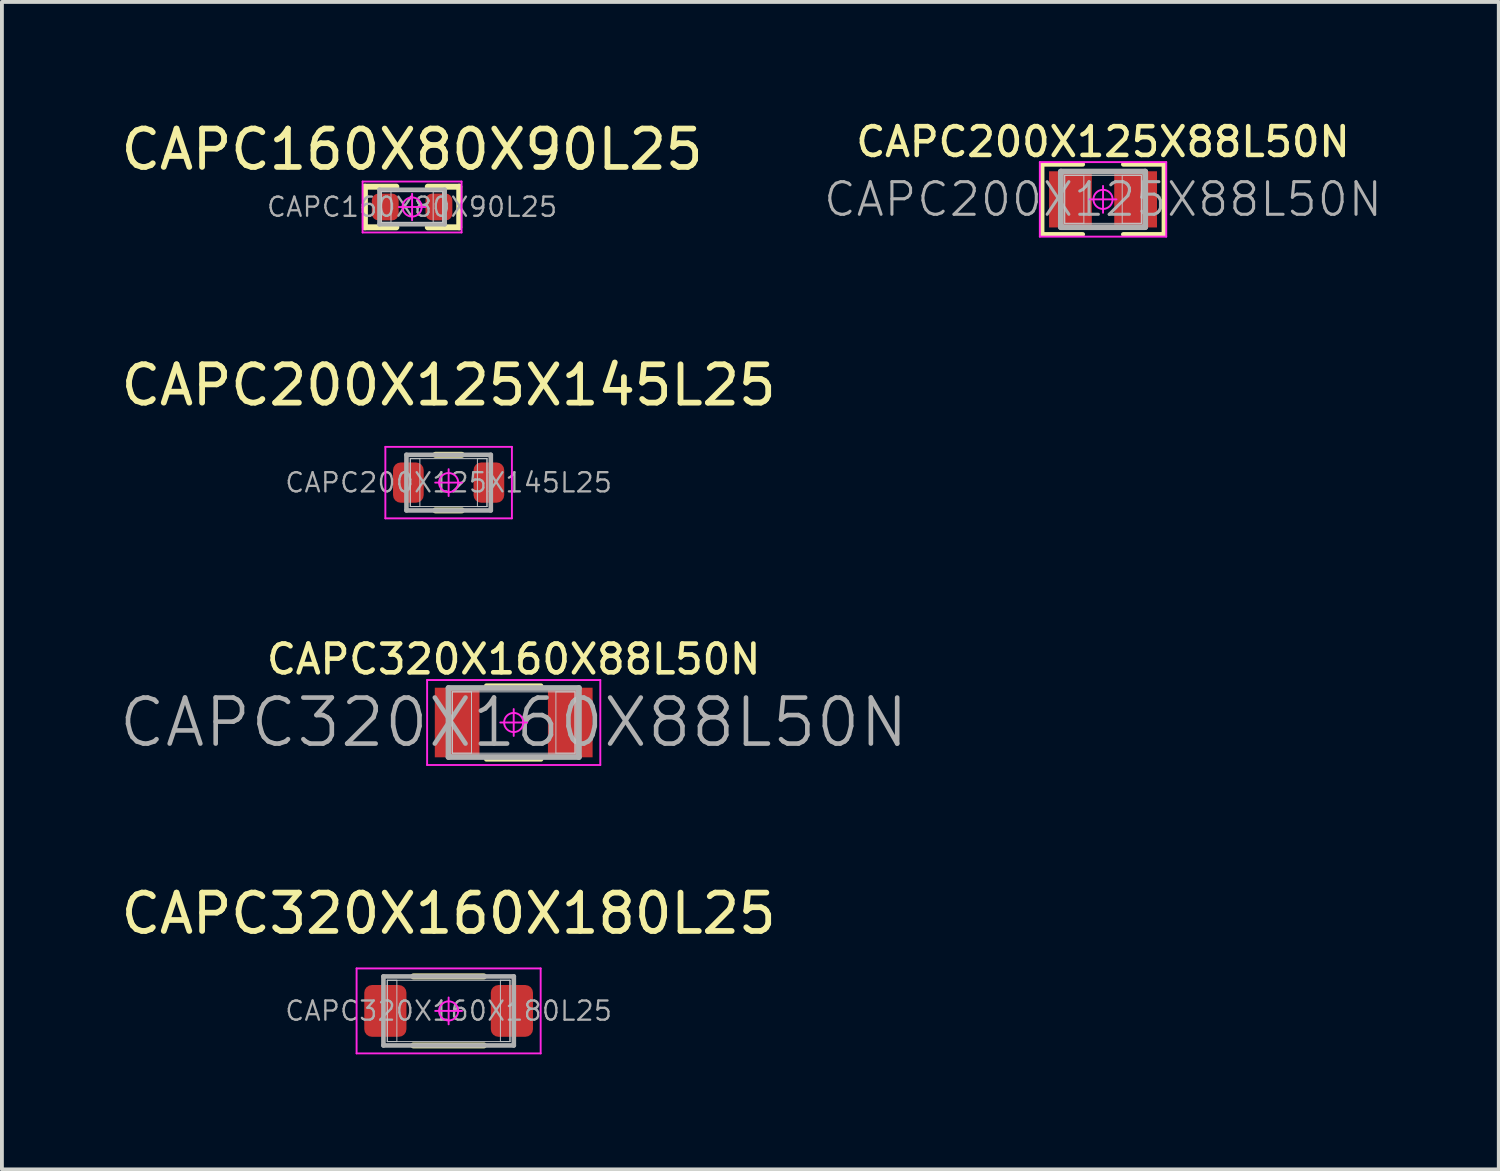
<source format=kicad_pcb>
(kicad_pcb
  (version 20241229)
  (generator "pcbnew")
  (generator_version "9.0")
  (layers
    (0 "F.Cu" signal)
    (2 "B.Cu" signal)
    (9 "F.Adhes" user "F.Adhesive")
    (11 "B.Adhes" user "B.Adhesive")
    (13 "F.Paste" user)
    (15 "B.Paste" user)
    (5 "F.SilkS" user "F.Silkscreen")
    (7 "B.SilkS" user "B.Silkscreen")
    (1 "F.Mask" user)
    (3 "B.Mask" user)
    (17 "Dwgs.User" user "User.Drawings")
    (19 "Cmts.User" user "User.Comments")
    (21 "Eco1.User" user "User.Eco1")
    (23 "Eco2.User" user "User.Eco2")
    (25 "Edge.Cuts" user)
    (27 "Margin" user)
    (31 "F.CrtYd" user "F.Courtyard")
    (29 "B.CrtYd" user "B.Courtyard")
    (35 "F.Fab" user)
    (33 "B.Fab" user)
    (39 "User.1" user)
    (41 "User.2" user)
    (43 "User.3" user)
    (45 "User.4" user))
  (footprint "CAPC200X125X88L50N"
    (layer "F.Cu")
    (at 25.714 2.149)
    (property "Reference" "CAPC200X125X88L50N" (at 0 -1.5 0) (layer "F.SilkS") (effects (font (size 0.75 0.75) (thickness 0.12))))
    (attr smd)
    (fp_line (start -1.588 -0.913) (end -0.529 -0.913) (stroke (width 0.12) (type solid)) (layer "F.SilkS"))
    (fp_line (start -1.588 0.913) (end -1.588 -0.913) (stroke (width 0.12) (type solid)) (layer "F.SilkS"))
    (fp_line (start -0.529 0.913) (end -1.588 0.913) (stroke (width 0.12) (type solid)) (layer "F.SilkS"))
    (fp_line (start 0.529 0.913) (end 1.588 0.913) (stroke (width 0.12) (type solid)) (layer "F.SilkS"))
    (fp_line (start 1.588 -0.913) (end 0.529 -0.913) (stroke (width 0.12) (type solid)) (layer "F.SilkS"))
    (fp_line (start 1.588 0.913) (end 1.588 -0.913) (stroke (width 0.12) (type solid)) (layer "F.SilkS"))
    (fp_line (start -1 -0.625) (end -0.5 -0.625) (stroke (width 0.025) (type solid)) (layer "Dwgs.User"))
    (fp_line (start -1 -0.625) (end 1 -0.625) (stroke (width 0.025) (type solid)) (layer "Dwgs.User"))
    (fp_line (start -1 0.625) (end -1 -0.625) (stroke (width 0.025) (type solid)) (layer "Dwgs.User"))
    (fp_line (start -1 0.625) (end -1 -0.625) (stroke (width 0.025) (type solid)) (layer "Dwgs.User"))
    (fp_line (start -0.5 -0.625) (end -0.5 0.625) (stroke (width 0.025) (type solid)) (layer "Dwgs.User"))
    (fp_line (start -0.5 0.625) (end -1 0.625) (stroke (width 0.025) (type solid)) (layer "Dwgs.User"))
    (fp_line (start 0.5 -0.625) (end 1 -0.625) (stroke (width 0.025) (type solid)) (layer "Dwgs.User"))
    (fp_line (start 0.5 0.625) (end 0.5 -0.625) (stroke (width 0.025) (type solid)) (layer "Dwgs.User"))
    (fp_line (start 1 -0.625) (end 1 0.625) (stroke (width 0.025) (type solid)) (layer "Dwgs.User"))
    (fp_line (start 1 -0.625) (end 1 0.625) (stroke (width 0.025) (type solid)) (layer "Dwgs.User"))
    (fp_line (start 1 0.625) (end -1 0.625) (stroke (width 0.025) (type solid)) (layer "Dwgs.User"))
    (fp_line (start 1 0.625) (end 0.5 0.625) (stroke (width 0.025) (type solid)) (layer "Dwgs.User"))
    (fp_line (start -1.648 -0.972) (end 1.648 -0.972) (stroke (width 0.05) (type solid)) (layer "F.CrtYd"))
    (fp_line (start -1.648 0.972) (end -1.648 -0.972) (stroke (width 0.05) (type solid)) (layer "F.CrtYd"))
    (fp_line (start 0 -0.35) (end 0 0.35) (stroke (width 0.05) (type solid)) (layer "F.CrtYd"))
    (fp_line (start 0.35 0) (end -0.35 0) (stroke (width 0.05) (type solid)) (layer "F.CrtYd"))
    (fp_line (start 1.648 -0.972) (end 1.648 0.972) (stroke (width 0.05) (type solid)) (layer "F.CrtYd"))
    (fp_line (start 1.648 0.972) (end -1.648 0.972) (stroke (width 0.05) (type solid)) (layer "F.CrtYd"))
    (fp_circle (center 0 0) (end 0 0.25) (stroke (width 0.05) (type solid)) (fill no) (layer "F.CrtYd"))
    (fp_line (start -1.1 -0.725) (end 1.1 -0.725) (stroke (width 0.15) (type solid)) (layer "F.Fab"))
    (fp_line (start -1.1 0.725) (end -1.1 -0.725) (stroke (width 0.15) (type solid)) (layer "F.Fab"))
    (fp_line (start 1.1 -0.725) (end 1.1 0.725) (stroke (width 0.15) (type solid)) (layer "F.Fab"))
    (fp_line (start 1.1 0.725) (end -1.1 0.725) (stroke (width 0.15) (type solid)) (layer "F.Fab"))
    (fp_text user "${REFERENCE}" (at 0 0 0) (layer "F.Fab") (effects (font (size 0.85 0.85) (thickness 0.08))))
    (pad "1" smd rect (at -0.85 0) (size 1.115 1.465) (layers "F.Cu" "F.Mask" "F.Paste"))
    (pad "2" smd rect (at 0.85 0) (size 1.115 1.465) (layers "F.Cu" "F.Mask" "F.Paste")))
  (footprint "CAPC160X80X90L25"
    (layer "F.Cu")
    (at 7.696 2.348)
    (property "Reference" "CAPC160X80X90L25" (at 0 -1.5 0) (layer "F.SilkS") (effects (font (size 1 1) (thickness 0.15))))
    (attr smd)
    (fp_line (start -1.23 -0.53) (end -0.41 -0.53) (stroke (width 0.155) (type solid)) (layer "F.SilkS"))
    (fp_line (start -1.23 0.53) (end -1.23 -0.53) (stroke (width 0.155) (type solid)) (layer "F.SilkS"))
    (fp_line (start -0.41 0.53) (end -1.23 0.53) (stroke (width 0.155) (type solid)) (layer "F.SilkS"))
    (fp_line (start 0.41 0.53) (end 1.23 0.53) (stroke (width 0.155) (type solid)) (layer "F.SilkS"))
    (fp_line (start 1.23 -0.53) (end 0.41 -0.53) (stroke (width 0.155) (type solid)) (layer "F.SilkS"))
    (fp_line (start 1.23 0.53) (end 1.23 -0.53) (stroke (width 0.155) (type solid)) (layer "F.SilkS"))
    (fp_line (start -0.8 -0.4) (end -0.55 -0.4) (stroke (width 0.025) (type solid)) (layer "Dwgs.User"))
    (fp_line (start -0.8 -0.4) (end 0.8 -0.4) (stroke (width 0.025) (type solid)) (layer "Dwgs.User"))
    (fp_line (start -0.8 0.4) (end -0.8 -0.4) (stroke (width 0.025) (type solid)) (layer "Dwgs.User"))
    (fp_line (start -0.8 0.4) (end -0.8 -0.4) (stroke (width 0.025) (type solid)) (layer "Dwgs.User"))
    (fp_line (start -0.55 -0.4) (end -0.55 0.4) (stroke (width 0.025) (type solid)) (layer "Dwgs.User"))
    (fp_line (start -0.55 0.4) (end -0.8 0.4) (stroke (width 0.025) (type solid)) (layer "Dwgs.User"))
    (fp_line (start 0.55 -0.4) (end 0.8 -0.4) (stroke (width 0.025) (type solid)) (layer "Dwgs.User"))
    (fp_line (start 0.55 0.4) (end 0.55 -0.4) (stroke (width 0.025) (type solid)) (layer "Dwgs.User"))
    (fp_line (start 0.8 -0.4) (end 0.8 0.4) (stroke (width 0.025) (type solid)) (layer "Dwgs.User"))
    (fp_line (start 0.8 -0.4) (end 0.8 0.4) (stroke (width 0.025) (type solid)) (layer "Dwgs.User"))
    (fp_line (start 0.8 0.4) (end -0.8 0.4) (stroke (width 0.025) (type solid)) (layer "Dwgs.User"))
    (fp_line (start 0.8 0.4) (end 0.55 0.4) (stroke (width 0.025) (type solid)) (layer "Dwgs.User"))
    (fp_line (start -1.29 -0.664) (end 1.29 -0.664) (stroke (width 0.05) (type solid)) (layer "F.CrtYd"))
    (fp_line (start -1.29 0.664) (end -1.29 -0.664) (stroke (width 0.05) (type solid)) (layer "F.CrtYd"))
    (fp_line (start 0 -0.345) (end 0 0.345) (stroke (width 0.05) (type solid)) (layer "F.CrtYd"))
    (fp_line (start 0.345 0) (end -0.345 0) (stroke (width 0.05) (type solid)) (layer "F.CrtYd"))
    (fp_line (start 1.29 -0.664) (end 1.29 0.664) (stroke (width 0.05) (type solid)) (layer "F.CrtYd"))
    (fp_line (start 1.29 0.664) (end -1.29 0.664) (stroke (width 0.05) (type solid)) (layer "F.CrtYd"))
    (fp_circle (center 0 0) (end 0 0.25) (stroke (width 0.05) (type solid)) (fill no) (layer "F.CrtYd"))
    (fp_line (start -0.85 -0.45) (end 0.85 -0.45) (stroke (width 0.12) (type solid)) (layer "F.Fab"))
    (fp_line (start -0.85 0.45) (end -0.85 -0.45) (stroke (width 0.12) (type solid)) (layer "F.Fab"))
    (fp_line (start 0.85 -0.45) (end 0.85 0.45) (stroke (width 0.12) (type solid)) (layer "F.Fab"))
    (fp_line (start 0.85 0.45) (end -0.85 0.45) (stroke (width 0.12) (type solid)) (layer "F.Fab"))
    (fp_text user "${REFERENCE}" (at 0 0 0) (layer "F.Fab") (effects (font (size 0.5 0.5) (thickness 0.06))))
    (pad "1" smd roundrect (at -0.7 0) (size 0.7 0.7) (layers "F.Cu" "F.Mask" "F.Paste") (roundrect_rratio 0.25))
    (pad "2" smd roundrect (at 0.7 0) (size 0.7 0.7) (layers "F.Cu" "F.Mask" "F.Paste") (roundrect_rratio 0.25)))
  (footprint "CAPC200X125X145L25"
    (layer "F.Cu")
    (at 8.649 9.535)
    (property "Reference" "CAPC200X125X145L25" (at 0 -2.54 0) (layer "F.SilkS") (effects (font (size 1 1) (thickness 0.15))))
    (attr smd)
    (fp_line (start -0.345 -0.725) (end 0.345 -0.725) (stroke (width 0.155) (type solid)) (layer "F.SilkS"))
    (fp_line (start -0.345 0.725) (end 0.345 0.725) (stroke (width 0.155) (type solid)) (layer "F.SilkS"))
    (fp_line (start -1 -0.625) (end -0.75 -0.625) (stroke (width 0.025) (type solid)) (layer "Dwgs.User"))
    (fp_line (start -1 -0.625) (end 1 -0.625) (stroke (width 0.025) (type solid)) (layer "Dwgs.User"))
    (fp_line (start -1 0.625) (end -1 -0.625) (stroke (width 0.025) (type solid)) (layer "Dwgs.User"))
    (fp_line (start -1 0.625) (end -1 -0.625) (stroke (width 0.025) (type solid)) (layer "Dwgs.User"))
    (fp_line (start -0.75 -0.625) (end -0.75 0.625) (stroke (width 0.025) (type solid)) (layer "Dwgs.User"))
    (fp_line (start -0.75 0.625) (end -1 0.625) (stroke (width 0.025) (type solid)) (layer "Dwgs.User"))
    (fp_line (start 0.75 -0.625) (end 1 -0.625) (stroke (width 0.025) (type solid)) (layer "Dwgs.User"))
    (fp_line (start 0.75 0.625) (end 0.75 -0.625) (stroke (width 0.025) (type solid)) (layer "Dwgs.User"))
    (fp_line (start 1 -0.625) (end 1 0.625) (stroke (width 0.025) (type solid)) (layer "Dwgs.User"))
    (fp_line (start 1 -0.625) (end 1 0.625) (stroke (width 0.025) (type solid)) (layer "Dwgs.User"))
    (fp_line (start 1 0.625) (end -1 0.625) (stroke (width 0.025) (type solid)) (layer "Dwgs.User"))
    (fp_line (start 1 0.625) (end 0.75 0.625) (stroke (width 0.025) (type solid)) (layer "Dwgs.User"))
    (fp_line (start -1.65 -0.932) (end 1.65 -0.932) (stroke (width 0.05) (type solid)) (layer "F.CrtYd"))
    (fp_line (start -1.65 0.932) (end -1.65 -0.932) (stroke (width 0.05) (type solid)) (layer "F.CrtYd"))
    (fp_line (start 0 -0.35) (end 0 0.35) (stroke (width 0.05) (type solid)) (layer "F.CrtYd"))
    (fp_line (start 0.35 0) (end -0.35 0) (stroke (width 0.05) (type solid)) (layer "F.CrtYd"))
    (fp_line (start 1.65 -0.932) (end 1.65 0.932) (stroke (width 0.05) (type solid)) (layer "F.CrtYd"))
    (fp_line (start 1.65 0.932) (end -1.65 0.932) (stroke (width 0.05) (type solid)) (layer "F.CrtYd"))
    (fp_circle (center 0 0) (end 0 0.25) (stroke (width 0.05) (type solid)) (fill no) (layer "F.CrtYd"))
    (fp_line (start -1.1 -0.725) (end 1.1 -0.725) (stroke (width 0.12) (type solid)) (layer "F.Fab"))
    (fp_line (start -1.1 0.725) (end -1.1 -0.725) (stroke (width 0.12) (type solid)) (layer "F.Fab"))
    (fp_line (start 1.1 -0.725) (end 1.1 0.725) (stroke (width 0.12) (type solid)) (layer "F.Fab"))
    (fp_line (start 1.1 0.725) (end -1.1 0.725) (stroke (width 0.12) (type solid)) (layer "F.Fab"))
    (fp_text user "${REFERENCE}" (at 0 0 0) (layer "F.Fab") (effects (font (size 0.5 0.5) (thickness 0.06))))
    (pad "1" smd roundrect (at -1.05 0) (size 0.8 1.05) (layers "F.Cu" "F.Mask" "F.Paste") (roundrect_rratio 0.25))
    (pad "2" smd roundrect (at 1.05 0) (size 0.8 1.05) (layers "F.Cu" "F.Mask" "F.Paste") (roundrect_rratio 0.25)))
  (footprint "CAPC320X160X180L25"
    (layer "F.Cu")
    (at 8.649 23.312)
    (property "Reference" "CAPC320X160X180L25" (at 0 -2.54 0) (layer "F.SilkS") (effects (font (size 1 1) (thickness 0.15))))
    (attr smd)
    (fp_line (start -0.92 -0.9) (end 0.92 -0.9) (stroke (width 0.155) (type solid)) (layer "F.SilkS"))
    (fp_line (start -0.92 0.9) (end 0.92 0.9) (stroke (width 0.155) (type solid)) (layer "F.SilkS"))
    (fp_line (start -1.6 -0.8) (end -1.35 -0.8) (stroke (width 0.025) (type solid)) (layer "Dwgs.User"))
    (fp_line (start -1.6 -0.8) (end 1.6 -0.8) (stroke (width 0.025) (type solid)) (layer "Dwgs.User"))
    (fp_line (start -1.6 0.8) (end -1.6 -0.8) (stroke (width 0.025) (type solid)) (layer "Dwgs.User"))
    (fp_line (start -1.6 0.8) (end -1.6 -0.8) (stroke (width 0.025) (type solid)) (layer "Dwgs.User"))
    (fp_line (start -1.35 -0.8) (end -1.35 0.8) (stroke (width 0.025) (type solid)) (layer "Dwgs.User"))
    (fp_line (start -1.35 0.8) (end -1.6 0.8) (stroke (width 0.025) (type solid)) (layer "Dwgs.User"))
    (fp_line (start 1.35 -0.8) (end 1.6 -0.8) (stroke (width 0.025) (type solid)) (layer "Dwgs.User"))
    (fp_line (start 1.35 0.8) (end 1.35 -0.8) (stroke (width 0.025) (type solid)) (layer "Dwgs.User"))
    (fp_line (start 1.6 -0.8) (end 1.6 0.8) (stroke (width 0.025) (type solid)) (layer "Dwgs.User"))
    (fp_line (start 1.6 -0.8) (end 1.6 0.8) (stroke (width 0.025) (type solid)) (layer "Dwgs.User"))
    (fp_line (start 1.6 0.8) (end -1.6 0.8) (stroke (width 0.025) (type solid)) (layer "Dwgs.User"))
    (fp_line (start 1.6 0.8) (end 1.35 0.8) (stroke (width 0.025) (type solid)) (layer "Dwgs.User"))
    (fp_line (start -2.4 -1.108) (end 2.4 -1.108) (stroke (width 0.05) (type solid)) (layer "F.CrtYd"))
    (fp_line (start -2.4 1.108) (end -2.4 -1.108) (stroke (width 0.05) (type solid)) (layer "F.CrtYd"))
    (fp_line (start 0 -0.35) (end 0 0.35) (stroke (width 0.05) (type solid)) (layer "F.CrtYd"))
    (fp_line (start 0.35 0) (end -0.35 0) (stroke (width 0.05) (type solid)) (layer "F.CrtYd"))
    (fp_line (start 2.4 -1.108) (end 2.4 1.108) (stroke (width 0.05) (type solid)) (layer "F.CrtYd"))
    (fp_line (start 2.4 1.108) (end -2.4 1.108) (stroke (width 0.05) (type solid)) (layer "F.CrtYd"))
    (fp_circle (center 0 0) (end 0 0.25) (stroke (width 0.05) (type solid)) (fill no) (layer "F.CrtYd"))
    (fp_line (start -1.7 -0.9) (end 1.7 -0.9) (stroke (width 0.12) (type solid)) (layer "F.Fab"))
    (fp_line (start -1.7 0.9) (end -1.7 -0.9) (stroke (width 0.12) (type solid)) (layer "F.Fab"))
    (fp_line (start 1.7 -0.9) (end 1.7 0.9) (stroke (width 0.12) (type solid)) (layer "F.Fab"))
    (fp_line (start 1.7 0.9) (end -1.7 0.9) (stroke (width 0.12) (type solid)) (layer "F.Fab"))
    (fp_text user "${REFERENCE}" (at 0 0 0) (layer "F.Fab") (effects (font (size 0.5 0.5) (thickness 0.06))))
    (pad "1" smd roundrect (at -1.65 0) (size 1.1 1.35) (layers "F.Cu" "F.Mask" "F.Paste") (roundrect_rratio 0.182))
    (pad "2" smd roundrect (at 1.65 0) (size 1.1 1.35) (layers "F.Cu" "F.Mask" "F.Paste") (roundrect_rratio 0.182)))
  (footprint "CAPC320X160X88L50N"
    (layer "F.Cu")
    (at 10.346 15.791)
    (property "Reference" "CAPC320X160X88L50N" (at 0 -1.65 0) (layer "F.SilkS") (effects (font (size 0.75 0.75) (thickness 0.12))))
    (attr smd)
    (fp_line (start -0.713 -0.96) (end 0.713 -0.96) (stroke (width 0.12) (type solid)) (layer "F.SilkS"))
    (fp_line (start -0.713 0.96) (end 0.713 0.96) (stroke (width 0.12) (type solid)) (layer "F.SilkS"))
    (fp_line (start -1.6 -0.8) (end -1.1 -0.8) (stroke (width 0.025) (type solid)) (layer "Dwgs.User"))
    (fp_line (start -1.6 -0.8) (end 1.6 -0.8) (stroke (width 0.025) (type solid)) (layer "Dwgs.User"))
    (fp_line (start -1.6 0.8) (end -1.6 -0.8) (stroke (width 0.025) (type solid)) (layer "Dwgs.User"))
    (fp_line (start -1.6 0.8) (end -1.6 -0.8) (stroke (width 0.025) (type solid)) (layer "Dwgs.User"))
    (fp_line (start -1.1 -0.8) (end -1.1 0.8) (stroke (width 0.025) (type solid)) (layer "Dwgs.User"))
    (fp_line (start -1.1 0.8) (end -1.6 0.8) (stroke (width 0.025) (type solid)) (layer "Dwgs.User"))
    (fp_line (start 1.1 -0.8) (end 1.6 -0.8) (stroke (width 0.025) (type solid)) (layer "Dwgs.User"))
    (fp_line (start 1.1 0.8) (end 1.1 -0.8) (stroke (width 0.025) (type solid)) (layer "Dwgs.User"))
    (fp_line (start 1.6 -0.8) (end 1.6 0.8) (stroke (width 0.025) (type solid)) (layer "Dwgs.User"))
    (fp_line (start 1.6 -0.8) (end 1.6 0.8) (stroke (width 0.025) (type solid)) (layer "Dwgs.User"))
    (fp_line (start 1.6 0.8) (end -1.6 0.8) (stroke (width 0.025) (type solid)) (layer "Dwgs.User"))
    (fp_line (start 1.6 0.8) (end 1.1 0.8) (stroke (width 0.025) (type solid)) (layer "Dwgs.User"))
    (fp_line (start -2.258 -1.108) (end 2.258 -1.108) (stroke (width 0.05) (type solid)) (layer "F.CrtYd"))
    (fp_line (start -2.258 1.108) (end -2.258 -1.108) (stroke (width 0.05) (type solid)) (layer "F.CrtYd"))
    (fp_line (start 0 -0.35) (end 0 0.35) (stroke (width 0.05) (type solid)) (layer "F.CrtYd"))
    (fp_line (start 0.35 0) (end -0.35 0) (stroke (width 0.05) (type solid)) (layer "F.CrtYd"))
    (fp_line (start 2.258 -1.108) (end 2.258 1.108) (stroke (width 0.05) (type solid)) (layer "F.CrtYd"))
    (fp_line (start 2.258 1.108) (end -2.258 1.108) (stroke (width 0.05) (type solid)) (layer "F.CrtYd"))
    (fp_circle (center 0 0) (end 0 0.25) (stroke (width 0.05) (type solid)) (fill no) (layer "F.CrtYd"))
    (fp_line (start -1.7 -0.9) (end 1.7 -0.9) (stroke (width 0.15) (type solid)) (layer "F.Fab"))
    (fp_line (start -1.7 0.9) (end -1.7 -0.9) (stroke (width 0.15) (type solid)) (layer "F.Fab"))
    (fp_line (start 1.7 -0.9) (end 1.7 0.9) (stroke (width 0.15) (type solid)) (layer "F.Fab"))
    (fp_line (start 1.7 0.9) (end -1.7 0.9) (stroke (width 0.15) (type solid)) (layer "F.Fab"))
    (fp_text user "${REFERENCE}" (at 0 0 0) (layer "F.Fab") (effects (font (size 1.2 1.2) (thickness 0.12))))
    (pad "1" smd rect (at -1.475 0) (size 1.165 1.815) (layers "F.Cu" "F.Mask" "F.Paste"))
    (pad "2" smd rect (at 1.475 0) (size 1.165 1.815) (layers "F.Cu" "F.Mask" "F.Paste")))
  (gr_rect
    (start -3 -3)
    (end 36.034 27.445)
    (stroke (width 0.1) (type default))
    (fill no)
    (layer "Edge.Cuts")))
</source>
